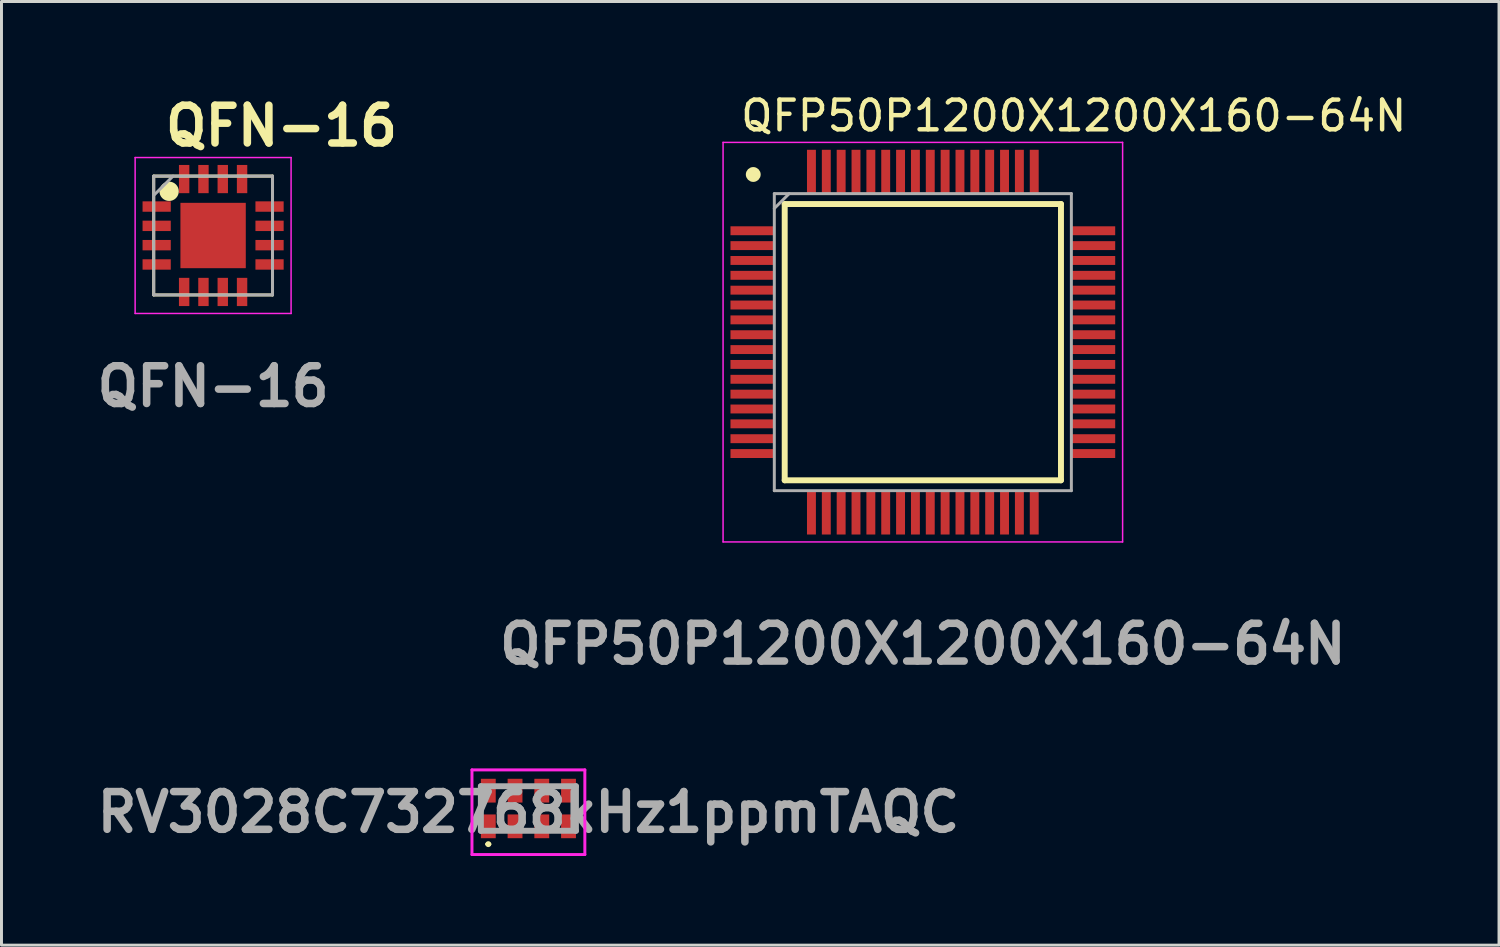
<source format=kicad_pcb>
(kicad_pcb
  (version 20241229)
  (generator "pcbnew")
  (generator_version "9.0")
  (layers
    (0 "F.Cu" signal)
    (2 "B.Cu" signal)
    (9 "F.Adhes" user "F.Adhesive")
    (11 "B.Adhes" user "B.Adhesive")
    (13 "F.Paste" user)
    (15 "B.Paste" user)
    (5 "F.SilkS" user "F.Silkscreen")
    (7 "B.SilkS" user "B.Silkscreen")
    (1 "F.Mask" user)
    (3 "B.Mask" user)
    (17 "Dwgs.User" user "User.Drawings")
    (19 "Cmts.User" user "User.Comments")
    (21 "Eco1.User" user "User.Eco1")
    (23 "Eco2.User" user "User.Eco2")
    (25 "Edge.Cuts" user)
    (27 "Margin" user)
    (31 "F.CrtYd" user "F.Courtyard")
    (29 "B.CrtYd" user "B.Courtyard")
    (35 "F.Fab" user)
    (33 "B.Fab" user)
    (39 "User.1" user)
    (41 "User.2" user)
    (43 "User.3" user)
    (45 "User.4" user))
  (footprint "QFP50P1200X1200X160-64N"
    (layer "F.Cu")
    (at 28.016 8.468)
    (property "Reference" "QFP50P1200X1200X160-64N" (at 5.08 -7.62 0) (layer "F.SilkS") (effects (font (size 1 1) (thickness 0.15))))
    (attr smd)
    (fp_line (start -4.65 -4.65) (end 4.65 -4.65) (stroke (width 0.2) (type solid)) (layer "F.SilkS"))
    (fp_line (start -4.65 4.65) (end -4.65 -4.65) (stroke (width 0.2) (type solid)) (layer "F.SilkS"))
    (fp_line (start 4.65 -4.65) (end 4.65 4.65) (stroke (width 0.2) (type solid)) (layer "F.SilkS"))
    (fp_line (start 4.65 4.65) (end -4.65 4.65) (stroke (width 0.2) (type solid)) (layer "F.SilkS"))
    (fp_circle (center -5.709 -5.644) (end -5.709 -5.519) (stroke (width 0.25) (type solid)) (fill no) (layer "F.SilkS"))
    (fp_line (start -6.725 -6.725) (end 6.725 -6.725) (stroke (width 0.05) (type solid)) (layer "F.CrtYd"))
    (fp_line (start -6.725 6.725) (end -6.725 -6.725) (stroke (width 0.05) (type solid)) (layer "F.CrtYd"))
    (fp_line (start 6.725 -6.725) (end 6.725 6.725) (stroke (width 0.05) (type solid)) (layer "F.CrtYd"))
    (fp_line (start 6.725 6.725) (end -6.725 6.725) (stroke (width 0.05) (type solid)) (layer "F.CrtYd"))
    (fp_line (start -5 -5) (end 5 -5) (stroke (width 0.1) (type solid)) (layer "F.Fab"))
    (fp_line (start -5 -4.5) (end -4.5 -5) (stroke (width 0.1) (type solid)) (layer "F.Fab"))
    (fp_line (start -5 5) (end -5 -5) (stroke (width 0.1) (type solid)) (layer "F.Fab"))
    (fp_line (start 5 -5) (end 5 5) (stroke (width 0.1) (type solid)) (layer "F.Fab"))
    (fp_line (start 5 5) (end -5 5) (stroke (width 0.1) (type solid)) (layer "F.Fab"))
    (fp_text user "${REFERENCE}" (at 0 10.16 0) (layer "F.Fab") (effects (font (size 1.27 1.27) (thickness 0.254))))
    (pad "1" smd rect (at -5.738 -3.75 90) (size 0.3 1.475) (layers "F.Cu" "F.Mask" "F.Paste"))
    (pad "2" smd rect (at -5.738 -3.25 90) (size 0.3 1.475) (layers "F.Cu" "F.Mask" "F.Paste"))
    (pad "3" smd rect (at -5.738 -2.75 90) (size 0.3 1.475) (layers "F.Cu" "F.Mask" "F.Paste"))
    (pad "4" smd rect (at -5.738 -2.25 90) (size 0.3 1.475) (layers "F.Cu" "F.Mask" "F.Paste"))
    (pad "5" smd rect (at -5.738 -1.75 90) (size 0.3 1.475) (layers "F.Cu" "F.Mask" "F.Paste"))
    (pad "6" smd rect (at -5.738 -1.25 90) (size 0.3 1.475) (layers "F.Cu" "F.Mask" "F.Paste"))
    (pad "7" smd rect (at -5.738 -0.75 90) (size 0.3 1.475) (layers "F.Cu" "F.Mask" "F.Paste"))
    (pad "8" smd rect (at -5.738 -0.25 90) (size 0.3 1.475) (layers "F.Cu" "F.Mask" "F.Paste"))
    (pad "9" smd rect (at -5.738 0.25 90) (size 0.3 1.475) (layers "F.Cu" "F.Mask" "F.Paste"))
    (pad "10" smd rect (at -5.738 0.75 90) (size 0.3 1.475) (layers "F.Cu" "F.Mask" "F.Paste"))
    (pad "11" smd rect (at -5.738 1.25 90) (size 0.3 1.475) (layers "F.Cu" "F.Mask" "F.Paste"))
    (pad "12" smd rect (at -5.738 1.75 90) (size 0.3 1.475) (layers "F.Cu" "F.Mask" "F.Paste"))
    (pad "13" smd rect (at -5.738 2.25 90) (size 0.3 1.475) (layers "F.Cu" "F.Mask" "F.Paste"))
    (pad "14" smd rect (at -5.738 2.75 90) (size 0.3 1.475) (layers "F.Cu" "F.Mask" "F.Paste"))
    (pad "15" smd rect (at -5.738 3.25 90) (size 0.3 1.475) (layers "F.Cu" "F.Mask" "F.Paste"))
    (pad "16" smd rect (at -5.738 3.75 90) (size 0.3 1.475) (layers "F.Cu" "F.Mask" "F.Paste"))
    (pad "17" smd rect (at -3.75 5.738) (size 0.3 1.475) (layers "F.Cu" "F.Mask" "F.Paste"))
    (pad "18" smd rect (at -3.25 5.738) (size 0.3 1.475) (layers "F.Cu" "F.Mask" "F.Paste"))
    (pad "19" smd rect (at -2.75 5.738) (size 0.3 1.475) (layers "F.Cu" "F.Mask" "F.Paste"))
    (pad "20" smd rect (at -2.25 5.738) (size 0.3 1.475) (layers "F.Cu" "F.Mask" "F.Paste"))
    (pad "21" smd rect (at -1.75 5.738) (size 0.3 1.475) (layers "F.Cu" "F.Mask" "F.Paste"))
    (pad "22" smd rect (at -1.25 5.738) (size 0.3 1.475) (layers "F.Cu" "F.Mask" "F.Paste"))
    (pad "23" smd rect (at -0.75 5.738) (size 0.3 1.475) (layers "F.Cu" "F.Mask" "F.Paste"))
    (pad "24" smd rect (at -0.25 5.738) (size 0.3 1.475) (layers "F.Cu" "F.Mask" "F.Paste"))
    (pad "25" smd rect (at 0.25 5.738) (size 0.3 1.475) (layers "F.Cu" "F.Mask" "F.Paste"))
    (pad "26" smd rect (at 0.75 5.738) (size 0.3 1.475) (layers "F.Cu" "F.Mask" "F.Paste"))
    (pad "27" smd rect (at 1.25 5.738) (size 0.3 1.475) (layers "F.Cu" "F.Mask" "F.Paste"))
    (pad "28" smd rect (at 1.75 5.738) (size 0.3 1.475) (layers "F.Cu" "F.Mask" "F.Paste"))
    (pad "29" smd rect (at 2.25 5.738) (size 0.3 1.475) (layers "F.Cu" "F.Mask" "F.Paste"))
    (pad "30" smd rect (at 2.75 5.738) (size 0.3 1.475) (layers "F.Cu" "F.Mask" "F.Paste"))
    (pad "31" smd rect (at 3.25 5.738) (size 0.3 1.475) (layers "F.Cu" "F.Mask" "F.Paste"))
    (pad "32" smd rect (at 3.75 5.738) (size 0.3 1.475) (layers "F.Cu" "F.Mask" "F.Paste"))
    (pad "33" smd rect (at 5.738 3.75 90) (size 0.3 1.475) (layers "F.Cu" "F.Mask" "F.Paste"))
    (pad "34" smd rect (at 5.738 3.25 90) (size 0.3 1.475) (layers "F.Cu" "F.Mask" "F.Paste"))
    (pad "35" smd rect (at 5.738 2.75 90) (size 0.3 1.475) (layers "F.Cu" "F.Mask" "F.Paste"))
    (pad "36" smd rect (at 5.738 2.25 90) (size 0.3 1.475) (layers "F.Cu" "F.Mask" "F.Paste"))
    (pad "37" smd rect (at 5.738 1.75 90) (size 0.3 1.475) (layers "F.Cu" "F.Mask" "F.Paste"))
    (pad "38" smd rect (at 5.738 1.25 90) (size 0.3 1.475) (layers "F.Cu" "F.Mask" "F.Paste"))
    (pad "39" smd rect (at 5.738 0.75 90) (size 0.3 1.475) (layers "F.Cu" "F.Mask" "F.Paste"))
    (pad "40" smd rect (at 5.738 0.25 90) (size 0.3 1.475) (layers "F.Cu" "F.Mask" "F.Paste"))
    (pad "41" smd rect (at 5.738 -0.25 90) (size 0.3 1.475) (layers "F.Cu" "F.Mask" "F.Paste"))
    (pad "42" smd rect (at 5.738 -0.75 90) (size 0.3 1.475) (layers "F.Cu" "F.Mask" "F.Paste"))
    (pad "43" smd rect (at 5.738 -1.25 90) (size 0.3 1.475) (layers "F.Cu" "F.Mask" "F.Paste"))
    (pad "44" smd rect (at 5.738 -1.75 90) (size 0.3 1.475) (layers "F.Cu" "F.Mask" "F.Paste"))
    (pad "45" smd rect (at 5.738 -2.25 90) (size 0.3 1.475) (layers "F.Cu" "F.Mask" "F.Paste"))
    (pad "46" smd rect (at 5.738 -2.75 90) (size 0.3 1.475) (layers "F.Cu" "F.Mask" "F.Paste"))
    (pad "47" smd rect (at 5.738 -3.25 90) (size 0.3 1.475) (layers "F.Cu" "F.Mask" "F.Paste"))
    (pad "48" smd rect (at 5.738 -3.75 90) (size 0.3 1.475) (layers "F.Cu" "F.Mask" "F.Paste"))
    (pad "49" smd rect (at 3.75 -5.738) (size 0.3 1.475) (layers "F.Cu" "F.Mask" "F.Paste"))
    (pad "50" smd rect (at 3.25 -5.738) (size 0.3 1.475) (layers "F.Cu" "F.Mask" "F.Paste"))
    (pad "51" smd rect (at 2.75 -5.738) (size 0.3 1.475) (layers "F.Cu" "F.Mask" "F.Paste"))
    (pad "52" smd rect (at 2.25 -5.738) (size 0.3 1.475) (layers "F.Cu" "F.Mask" "F.Paste"))
    (pad "53" smd rect (at 1.75 -5.738) (size 0.3 1.475) (layers "F.Cu" "F.Mask" "F.Paste"))
    (pad "54" smd rect (at 1.25 -5.738) (size 0.3 1.475) (layers "F.Cu" "F.Mask" "F.Paste"))
    (pad "55" smd rect (at 0.75 -5.738) (size 0.3 1.475) (layers "F.Cu" "F.Mask" "F.Paste"))
    (pad "56" smd rect (at 0.25 -5.738) (size 0.3 1.475) (layers "F.Cu" "F.Mask" "F.Paste"))
    (pad "57" smd rect (at -0.25 -5.738) (size 0.3 1.475) (layers "F.Cu" "F.Mask" "F.Paste"))
    (pad "58" smd rect (at -0.75 -5.738) (size 0.3 1.475) (layers "F.Cu" "F.Mask" "F.Paste"))
    (pad "59" smd rect (at -1.25 -5.738) (size 0.3 1.475) (layers "F.Cu" "F.Mask" "F.Paste"))
    (pad "60" smd rect (at -1.75 -5.738) (size 0.3 1.475) (layers "F.Cu" "F.Mask" "F.Paste"))
    (pad "61" smd rect (at -2.25 -5.738) (size 0.3 1.475) (layers "F.Cu" "F.Mask" "F.Paste"))
    (pad "62" smd rect (at -2.75 -5.738) (size 0.3 1.475) (layers "F.Cu" "F.Mask" "F.Paste"))
    (pad "63" smd rect (at -3.25 -5.738) (size 0.3 1.475) (layers "F.Cu" "F.Mask" "F.Paste"))
    (pad "64" smd rect (at -3.75 -5.738) (size 0.3 1.475) (layers "F.Cu" "F.Mask" "F.Paste")))
  (footprint "RV3028C732768kHz1ppmTAQC"
    (layer "F.Cu")
    (at 14.738 24.167)
    (property "Reference" "RV3028C732768kHz1ppmTAQC" (at 0 0.125 0) (layer "F.SilkS") (effects (font (size 1.27 1.27) (thickness 0.15))))
    (attr smd)
    (fp_line (start -1.4 1.2) (end -1.4 1.2) (stroke (width 0.1) (type solid)) (layer "F.SilkS"))
    (fp_line (start -1.3 1.2) (end -1.3 1.2) (stroke (width 0.1) (type solid)) (layer "F.SilkS"))
    (fp_arc (start -1.4 1.2) (mid -1.35 1.15) (end -1.3 1.2) (stroke (width 0.1) (type solid)) (layer "F.SilkS"))
    (fp_arc (start -1.3 1.2) (mid -1.35 1.25) (end -1.4 1.2) (stroke (width 0.1) (type solid)) (layer "F.SilkS"))
    (fp_line (start -1.9 -1.3) (end 1.9 -1.3) (stroke (width 0.1) (type solid)) (layer "F.CrtYd"))
    (fp_line (start -1.9 1.55) (end -1.9 -1.3) (stroke (width 0.1) (type solid)) (layer "F.CrtYd"))
    (fp_line (start 1.9 -1.3) (end 1.9 1.55) (stroke (width 0.1) (type solid)) (layer "F.CrtYd"))
    (fp_line (start 1.9 1.55) (end -1.9 1.55) (stroke (width 0.1) (type solid)) (layer "F.CrtYd"))
    (fp_line (start -1.6 -0.75) (end 1.6 -0.75) (stroke (width 0.2) (type solid)) (layer "F.Fab"))
    (fp_line (start -1.6 0.75) (end -1.6 -0.75) (stroke (width 0.2) (type solid)) (layer "F.Fab"))
    (fp_line (start 1.6 -0.75) (end 1.6 0.75) (stroke (width 0.2) (type solid)) (layer "F.Fab"))
    (fp_line (start 1.6 0.75) (end -1.6 0.75) (stroke (width 0.2) (type solid)) (layer "F.Fab"))
    (fp_text user "${REFERENCE}" (at 0 0.125 0) (layer "F.Fab") (effects (font (size 1.27 1.27) (thickness 0.254))))
    (pad "1" smd rect (at -1.35 0.6) (size 0.5 0.8) (layers "F.Cu" "F.Mask" "F.Paste"))
    (pad "2" smd rect (at -0.45 0.6) (size 0.5 0.8) (layers "F.Cu" "F.Mask" "F.Paste"))
    (pad "3" smd rect (at 0.45 0.6) (size 0.5 0.8) (layers "F.Cu" "F.Mask" "F.Paste"))
    (pad "4" smd rect (at 1.35 0.6) (size 0.5 0.8) (layers "F.Cu" "F.Mask" "F.Paste"))
    (pad "5" smd rect (at 1.35 -0.6) (size 0.5 0.8) (layers "F.Cu" "F.Mask" "F.Paste"))
    (pad "6" smd rect (at 0.45 -0.6) (size 0.5 0.8) (layers "F.Cu" "F.Mask" "F.Paste"))
    (pad "7" smd rect (at -0.45 -0.6) (size 0.5 0.8) (layers "F.Cu" "F.Mask" "F.Paste"))
    (pad "8" smd rect (at -1.35 -0.6) (size 0.5 0.8) (layers "F.Cu" "F.Mask" "F.Paste")))
  (footprint "QFN-16"
    (layer "F.Cu")
    (at 4.124 4.878)
    (property "Reference" "QFN-16" (at 2.301 -3.69 0) (layer "F.SilkS") (effects (font (size 1.27 1.27) (thickness 0.254))))
    (attr smd)
    (fp_line (start -2 -2) (end -2 2) (stroke (width 0.1) (type default)) (layer "F.SilkS"))
    (fp_line (start -2 2) (end 2 2) (stroke (width 0.1) (type default)) (layer "F.SilkS"))
    (fp_line (start 2 -2) (end -2 -2) (stroke (width 0.1) (type default)) (layer "F.SilkS"))
    (fp_line (start 2 2) (end 2 -2) (stroke (width 0.1) (type default)) (layer "F.SilkS"))
    (fp_circle (center -1.481 -1.488) (end -1.481 -1.325) (stroke (width 0.325) (type solid)) (fill no) (layer "F.SilkS"))
    (fp_line (start -2.625 -2.625) (end 2.625 -2.625) (stroke (width 0.05) (type solid)) (layer "F.CrtYd"))
    (fp_line (start -2.625 2.625) (end -2.625 -2.625) (stroke (width 0.05) (type solid)) (layer "F.CrtYd"))
    (fp_line (start 2.625 -2.625) (end 2.625 2.625) (stroke (width 0.05) (type solid)) (layer "F.CrtYd"))
    (fp_line (start 2.625 2.625) (end -2.625 2.625) (stroke (width 0.05) (type solid)) (layer "F.CrtYd"))
    (fp_line (start -2 -2) (end 2 -2) (stroke (width 0.1) (type solid)) (layer "F.Fab"))
    (fp_line (start -2 -1.35) (end -1.35 -2) (stroke (width 0.1) (type solid)) (layer "F.Fab"))
    (fp_line (start -2 2) (end -2 -2) (stroke (width 0.1) (type solid)) (layer "F.Fab"))
    (fp_line (start 2 -2) (end 2 2) (stroke (width 0.1) (type solid)) (layer "F.Fab"))
    (fp_line (start 2 2) (end -2 2) (stroke (width 0.1) (type solid)) (layer "F.Fab"))
    (fp_text user "${REFERENCE}" (at 0 5.08 0) (layer "F.Fab") (effects (font (size 1.27 1.27) (thickness 0.254))))
    (pad "1" smd rect (at -1.9 -0.975 90) (size 0.35 0.95) (layers "F.Cu" "F.Mask" "F.Paste"))
    (pad "2" smd rect (at -1.9 -0.325 90) (size 0.35 0.95) (layers "F.Cu" "F.Mask" "F.Paste"))
    (pad "3" smd rect (at -1.9 0.325 90) (size 0.35 0.95) (layers "F.Cu" "F.Mask" "F.Paste"))
    (pad "4" smd rect (at -1.9 0.975 90) (size 0.35 0.95) (layers "F.Cu" "F.Mask" "F.Paste"))
    (pad "5" smd rect (at -0.975 1.9) (size 0.35 0.95) (layers "F.Cu" "F.Mask" "F.Paste"))
    (pad "6" smd rect (at -0.325 1.9) (size 0.35 0.95) (layers "F.Cu" "F.Mask" "F.Paste"))
    (pad "7" smd rect (at 0.325 1.9) (size 0.35 0.95) (layers "F.Cu" "F.Mask" "F.Paste"))
    (pad "8" smd rect (at 0.975 1.9) (size 0.35 0.95) (layers "F.Cu" "F.Mask" "F.Paste"))
    (pad "9" smd rect (at 1.9 0.975 90) (size 0.35 0.95) (layers "F.Cu" "F.Mask" "F.Paste"))
    (pad "10" smd rect (at 1.9 0.325 90) (size 0.35 0.95) (layers "F.Cu" "F.Mask" "F.Paste"))
    (pad "11" smd rect (at 1.9 -0.325 90) (size 0.35 0.95) (layers "F.Cu" "F.Mask" "F.Paste"))
    (pad "12" smd rect (at 1.9 -0.975 90) (size 0.35 0.95) (layers "F.Cu" "F.Mask" "F.Paste"))
    (pad "13" smd rect (at 0.975 -1.9) (size 0.35 0.95) (layers "F.Cu" "F.Mask" "F.Paste"))
    (pad "14" smd rect (at 0.325 -1.9) (size 0.35 0.95) (layers "F.Cu" "F.Mask" "F.Paste"))
    (pad "15" smd rect (at -0.325 -1.9) (size 0.35 0.95) (layers "F.Cu" "F.Mask" "F.Paste"))
    (pad "16" smd rect (at -0.975 -1.9) (size 0.35 0.95) (layers "F.Cu" "F.Mask" "F.Paste"))
    (pad "17" smd rect (at 0 0) (size 2.2 2.2) (layers "F.Cu" "F.Mask" "F.Paste")))
  (gr_rect
    (start -3 -3)
    (end 47.412 28.767)
    (stroke (width 0.1) (type default))
    (fill no)
    (layer "Edge.Cuts")))
</source>
